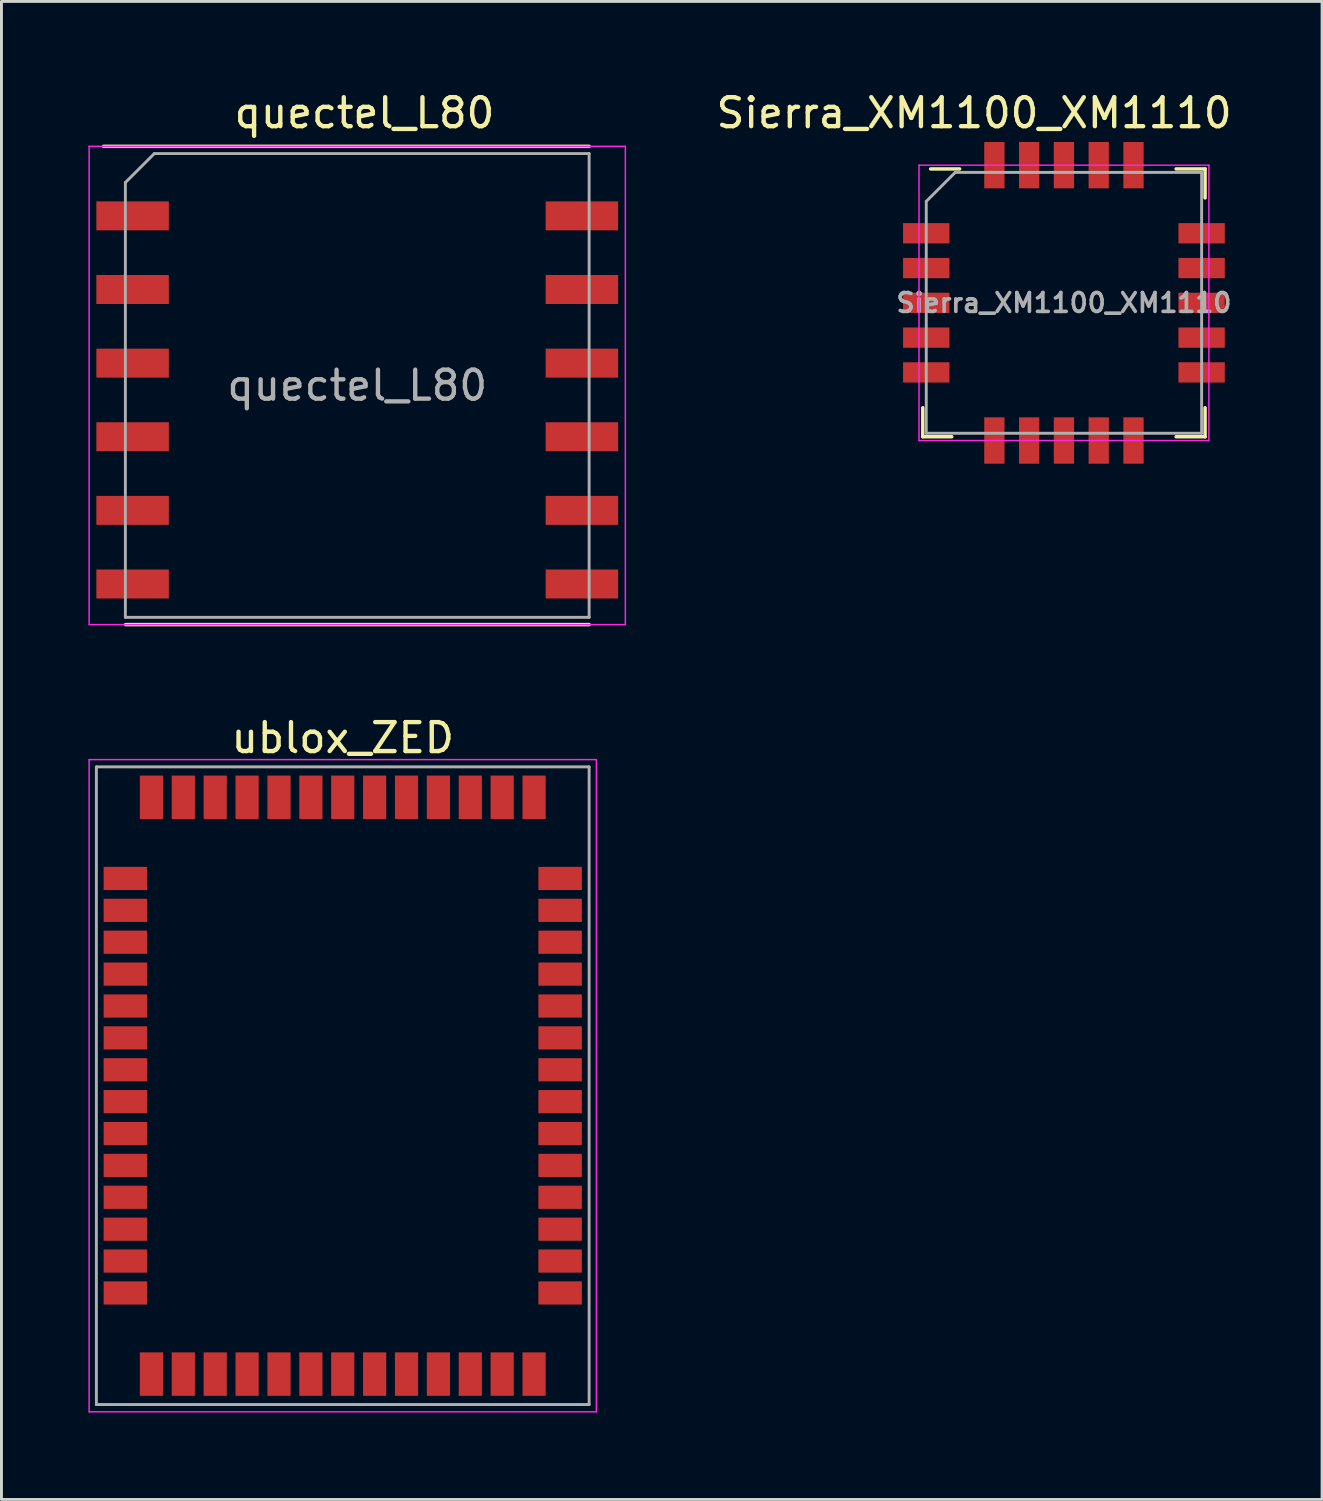
<source format=kicad_pcb>
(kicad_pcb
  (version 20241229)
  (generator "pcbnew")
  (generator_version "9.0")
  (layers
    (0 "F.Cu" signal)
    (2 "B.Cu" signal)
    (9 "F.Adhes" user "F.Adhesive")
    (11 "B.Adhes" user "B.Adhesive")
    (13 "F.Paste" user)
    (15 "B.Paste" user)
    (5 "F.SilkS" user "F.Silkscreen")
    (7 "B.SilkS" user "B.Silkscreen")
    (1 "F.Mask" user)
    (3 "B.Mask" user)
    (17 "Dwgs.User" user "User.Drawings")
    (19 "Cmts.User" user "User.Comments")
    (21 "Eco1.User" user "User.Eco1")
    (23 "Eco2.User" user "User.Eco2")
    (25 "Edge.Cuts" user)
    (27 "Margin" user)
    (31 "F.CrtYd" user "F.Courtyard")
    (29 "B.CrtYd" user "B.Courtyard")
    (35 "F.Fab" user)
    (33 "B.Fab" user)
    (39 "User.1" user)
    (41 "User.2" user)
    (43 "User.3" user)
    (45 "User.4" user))
  (footprint "quectel_L80"
    (layer "F.Cu")
    (at 9.275 10.248)
    (property "Reference" "quectel_L80" (at 0.25 -9.4 180) (layer "F.SilkS") (effects (font (size 1 1) (thickness 0.15))))
    (attr smd)
    (fp_line (start -8.75 -8.25) (end 8 -8.25) (stroke (width 0.12) (type solid)) (layer "F.SilkS"))
    (fp_line (start -7.99 8.25) (end 8 8.25) (stroke (width 0.12) (type solid)) (layer "F.SilkS"))
    (fp_line (start -9.25 -8.25) (end 9.25 -8.25) (stroke (width 0.05) (type solid)) (layer "F.CrtYd"))
    (fp_line (start -9.25 8.25) (end -9.25 -8.25) (stroke (width 0.05) (type solid)) (layer "F.CrtYd"))
    (fp_line (start 9.25 -8.25) (end 9.25 8.25) (stroke (width 0.05) (type solid)) (layer "F.CrtYd"))
    (fp_line (start 9.25 8.25) (end -9.25 8.25) (stroke (width 0.05) (type solid)) (layer "F.CrtYd"))
    (fp_line (start -8 -7) (end -8 8) (stroke (width 0.1) (type solid)) (layer "F.Fab"))
    (fp_line (start -8 8) (end 8 8) (stroke (width 0.1) (type solid)) (layer "F.Fab"))
    (fp_line (start -7 -8) (end -8 -7) (stroke (width 0.1) (type solid)) (layer "F.Fab"))
    (fp_line (start 8 -8) (end -7 -8) (stroke (width 0.1) (type solid)) (layer "F.Fab"))
    (fp_line (start 8 8) (end 8 -8) (stroke (width 0.1) (type solid)) (layer "F.Fab"))
    (fp_text user "${REFERENCE}" (at 0 0 0) (layer "F.Fab") (effects (font (size 1 1) (thickness 0.15))))
    (pad "1" smd rect (at -7.75 -5.85 180) (size 2.5 1) (layers "F.Cu" "F.Mask" "F.Paste"))
    (pad "2" smd rect (at -7.75 -3.31 180) (size 2.5 1) (layers "F.Cu" "F.Mask" "F.Paste"))
    (pad "3" smd rect (at -7.75 -0.77 180) (size 2.5 1) (layers "F.Cu" "F.Mask" "F.Paste"))
    (pad "4" smd rect (at -7.75 1.77 180) (size 2.5 1) (layers "F.Cu" "F.Mask" "F.Paste"))
    (pad "5" smd rect (at -7.75 4.31 180) (size 2.5 1) (layers "F.Cu" "F.Mask" "F.Paste"))
    (pad "6" smd rect (at -7.75 6.85 180) (size 2.5 1) (layers "F.Cu" "F.Mask" "F.Paste"))
    (pad "7" smd rect (at 7.75 6.85 180) (size 2.5 1) (layers "F.Cu" "F.Mask" "F.Paste"))
    (pad "8" smd rect (at 7.75 4.31 180) (size 2.5 1) (layers "F.Cu" "F.Mask" "F.Paste"))
    (pad "9" smd rect (at 7.75 1.77 180) (size 2.5 1) (layers "F.Cu" "F.Mask" "F.Paste"))
    (pad "10" smd rect (at 7.75 -0.77 180) (size 2.5 1) (layers "F.Cu" "F.Mask" "F.Paste"))
    (pad "11" smd rect (at 7.75 -3.31 180) (size 2.5 1) (layers "F.Cu" "F.Mask" "F.Paste"))
    (pad "12" smd rect (at 7.75 -5.85 180) (size 2.5 1) (layers "F.Cu" "F.Mask" "F.Paste")))
  (footprint "Sierra_XM1100_XM1110"
    (layer "F.Cu")
    (at 33.656 7.398)
    (property "Reference" "Sierra_XM1100_XM1110" (at -3.1 -6.55 0) (layer "F.SilkS") (effects (font (size 1 1) (thickness 0.15))))
    (attr smd)
    (fp_line (start -4.87 4.62) (end -4.87 3.62) (stroke (width 0.12) (type solid)) (layer "F.SilkS"))
    (fp_line (start -4.6 -4.62) (end -3.6 -4.62) (stroke (width 0.12) (type solid)) (layer "F.SilkS"))
    (fp_line (start -3.87 4.62) (end -4.87 4.62) (stroke (width 0.12) (type solid)) (layer "F.SilkS"))
    (fp_line (start 3.87 -4.62) (end 4.87 -4.62) (stroke (width 0.12) (type solid)) (layer "F.SilkS"))
    (fp_line (start 3.87 4.62) (end 4.87 4.62) (stroke (width 0.12) (type solid)) (layer "F.SilkS"))
    (fp_line (start 4.87 -4.62) (end 4.87 -3.62) (stroke (width 0.12) (type solid)) (layer "F.SilkS"))
    (fp_line (start 4.87 4.62) (end 4.87 3.62) (stroke (width 0.12) (type solid)) (layer "F.SilkS"))
    (fp_line (start -5 -4.75) (end -5 4.75) (stroke (width 0.05) (type solid)) (layer "F.CrtYd"))
    (fp_line (start -5 4.75) (end 5 4.75) (stroke (width 0.05) (type solid)) (layer "F.CrtYd"))
    (fp_line (start 5 -4.75) (end -5 -4.75) (stroke (width 0.05) (type solid)) (layer "F.CrtYd"))
    (fp_line (start 5 4.75) (end 5 -4.75) (stroke (width 0.05) (type solid)) (layer "F.CrtYd"))
    (fp_line (start -4.75 -3.5) (end -3.75 -4.5) (stroke (width 0.1) (type solid)) (layer "F.Fab"))
    (fp_line (start -4.75 4.5) (end -4.75 -3.5) (stroke (width 0.1) (type solid)) (layer "F.Fab"))
    (fp_line (start -3.75 -4.5) (end 4.75 -4.5) (stroke (width 0.1) (type solid)) (layer "F.Fab"))
    (fp_line (start 4.75 -4.5) (end 4.75 4.5) (stroke (width 0.1) (type solid)) (layer "F.Fab"))
    (fp_line (start 4.75 4.5) (end -4.75 4.5) (stroke (width 0.1) (type solid)) (layer "F.Fab"))
    (fp_text user "${REFERENCE}" (at 0 0 0) (layer "F.Fab") (effects (font (size 0.65 0.65) (thickness 0.125))))
    (pad "1" smd rect (at -4.75 -2.4) (size 1.6 0.7) (layers "F.Cu" "F.Mask" "F.Paste"))
    (pad "2" smd rect (at -4.75 -1.2) (size 1.6 0.7) (layers "F.Cu" "F.Mask" "F.Paste"))
    (pad "3" smd rect (at -4.75 0) (size 1.6 0.7) (layers "F.Cu" "F.Mask" "F.Paste"))
    (pad "4" smd rect (at -4.75 1.2) (size 1.6 0.7) (layers "F.Cu" "F.Mask" "F.Paste"))
    (pad "5" smd rect (at -4.75 2.4) (size 1.6 0.7) (layers "F.Cu" "F.Mask" "F.Paste"))
    (pad "6" smd rect (at -2.4 4.75) (size 0.7 1.6) (layers "F.Cu" "F.Mask" "F.Paste"))
    (pad "7" smd rect (at -1.2 4.75) (size 0.7 1.6) (layers "F.Cu" "F.Mask" "F.Paste"))
    (pad "8" smd rect (at 0 4.75) (size 0.7 1.6) (layers "F.Cu" "F.Mask" "F.Paste"))
    (pad "9" smd rect (at 1.2 4.75) (size 0.7 1.6) (layers "F.Cu" "F.Mask" "F.Paste"))
    (pad "10" smd rect (at 2.4 4.75) (size 0.7 1.6) (layers "F.Cu" "F.Mask" "F.Paste"))
    (pad "11" smd rect (at 4.75 2.4) (size 1.6 0.7) (layers "F.Cu" "F.Mask" "F.Paste"))
    (pad "12" smd rect (at 4.75 1.2) (size 1.6 0.7) (layers "F.Cu" "F.Mask" "F.Paste"))
    (pad "13" smd rect (at 4.75 0) (size 1.6 0.7) (layers "F.Cu" "F.Mask" "F.Paste"))
    (pad "14" smd rect (at 4.75 -1.2) (size 1.6 0.7) (layers "F.Cu" "F.Mask" "F.Paste"))
    (pad "15" smd rect (at 4.75 -2.4) (size 1.6 0.7) (layers "F.Cu" "F.Mask" "F.Paste"))
    (pad "16" smd rect (at 2.4 -4.75) (size 0.7 1.6) (layers "F.Cu" "F.Mask" "F.Paste"))
    (pad "17" smd rect (at 1.2 -4.75) (size 0.7 1.6) (layers "F.Cu" "F.Mask" "F.Paste"))
    (pad "18" smd rect (at 0 -4.75) (size 0.7 1.6) (layers "F.Cu" "F.Mask" "F.Paste"))
    (pad "19" smd rect (at -1.2 -4.75) (size 0.7 1.6) (layers "F.Cu" "F.Mask" "F.Paste"))
    (pad "20" smd rect (at -2.4 -4.75) (size 0.7 1.6) (layers "F.Cu" "F.Mask" "F.Paste")))
  (footprint "ublox_ZED"
    (layer "F.Cu")
    (at 8.775 34.407)
    (property "Reference" "ublox_ZED" (at 0 -12 0) (layer "F.SilkS") (effects (font (size 1 1) (thickness 0.15))))
    (attr smd)
    (fp_line (start -8.75 -11.25) (end -8.75 11.25) (stroke (width 0.05) (type solid)) (layer "F.CrtYd"))
    (fp_line (start -8.75 -11.25) (end 8.75 -11.25) (stroke (width 0.05) (type solid)) (layer "F.CrtYd"))
    (fp_line (start -8.75 11.25) (end 8.75 11.25) (stroke (width 0.05) (type solid)) (layer "F.CrtYd"))
    (fp_line (start 8.75 -11.25) (end 8.75 11.25) (stroke (width 0.05) (type solid)) (layer "F.CrtYd"))
    (fp_line (start -8.5 -11) (end -8.5 11) (stroke (width 0.1) (type solid)) (layer "F.Fab"))
    (fp_line (start -8.5 -11) (end 8.5 -11) (stroke (width 0.1) (type solid)) (layer "F.Fab"))
    (fp_line (start -8.5 11) (end 8.5 11) (stroke (width 0.1) (type solid)) (layer "F.Fab"))
    (fp_line (start 8.5 -11) (end 8.5 11) (stroke (width 0.1) (type solid)) (layer "F.Fab"))
    (pad "1" smd rect (at -7.5 -7.15) (size 1.5 0.8) (layers "F.Cu" "F.Mask" "F.Paste"))
    (pad "2" smd rect (at -7.5 -6.05) (size 1.5 0.8) (layers "F.Cu" "F.Mask" "F.Paste"))
    (pad "3" smd rect (at -7.5 -4.95) (size 1.5 0.8) (layers "F.Cu" "F.Mask" "F.Paste"))
    (pad "4" smd rect (at -7.5 -3.85) (size 1.5 0.8) (layers "F.Cu" "F.Mask" "F.Paste"))
    (pad "5" smd rect (at -7.5 -2.75) (size 1.5 0.8) (layers "F.Cu" "F.Mask" "F.Paste"))
    (pad "6" smd rect (at -7.5 -1.65) (size 1.5 0.8) (layers "F.Cu" "F.Mask" "F.Paste"))
    (pad "7" smd rect (at -7.5 -0.55) (size 1.5 0.8) (layers "F.Cu" "F.Mask" "F.Paste"))
    (pad "8" smd rect (at -7.5 0.55) (size 1.5 0.8) (layers "F.Cu" "F.Mask" "F.Paste"))
    (pad "9" smd rect (at -7.5 1.65) (size 1.5 0.8) (layers "F.Cu" "F.Mask" "F.Paste"))
    (pad "10" smd rect (at -7.5 2.75) (size 1.5 0.8) (layers "F.Cu" "F.Mask" "F.Paste"))
    (pad "11" smd rect (at -7.5 3.85) (size 1.5 0.8) (layers "F.Cu" "F.Mask" "F.Paste"))
    (pad "12" smd rect (at -7.5 4.95) (size 1.5 0.8) (layers "F.Cu" "F.Mask" "F.Paste"))
    (pad "13" smd rect (at -7.5 6.05) (size 1.5 0.8) (layers "F.Cu" "F.Mask" "F.Paste"))
    (pad "14" smd rect (at -7.5 7.15) (size 1.5 0.8) (layers "F.Cu" "F.Mask" "F.Paste"))
    (pad "15" smd rect (at -6.6 9.95 90) (size 1.5 0.8) (layers "F.Cu" "F.Mask" "F.Paste"))
    (pad "16" smd rect (at -5.5 9.95 90) (size 1.5 0.8) (layers "F.Cu" "F.Mask" "F.Paste"))
    (pad "17" smd rect (at -4.4 9.95 90) (size 1.5 0.8) (layers "F.Cu" "F.Mask" "F.Paste"))
    (pad "18" smd rect (at -3.3 9.95 270) (size 1.5 0.8) (layers "F.Cu" "F.Mask" "F.Paste"))
    (pad "19" smd rect (at -2.2 9.95 90) (size 1.5 0.8) (layers "F.Cu" "F.Mask" "F.Paste"))
    (pad "20" smd rect (at -1.1 9.95 90) (size 1.5 0.8) (layers "F.Cu" "F.Mask" "F.Paste"))
    (pad "21" smd rect (at 0 9.95 90) (size 1.5 0.8) (layers "F.Cu" "F.Mask" "F.Paste"))
    (pad "22" smd rect (at 1.1 9.95 90) (size 1.5 0.8) (layers "F.Cu" "F.Mask" "F.Paste"))
    (pad "23" smd rect (at 2.2 9.95 90) (size 1.5 0.8) (layers "F.Cu" "F.Mask" "F.Paste"))
    (pad "24" smd rect (at 3.3 9.95 90) (size 1.5 0.8) (layers "F.Cu" "F.Mask" "F.Paste"))
    (pad "25" smd rect (at 4.4 9.95 90) (size 1.5 0.8) (layers "F.Cu" "F.Mask" "F.Paste"))
    (pad "26" smd rect (at 5.5 9.95 90) (size 1.5 0.8) (layers "F.Cu" "F.Mask" "F.Paste"))
    (pad "27" smd rect (at 6.6 9.95 90) (size 1.5 0.8) (layers "F.Cu" "F.Mask" "F.Paste"))
    (pad "28" smd rect (at 7.5 7.15) (size 1.5 0.8) (layers "F.Cu" "F.Mask" "F.Paste"))
    (pad "29" smd rect (at 7.5 6.05) (size 1.5 0.8) (layers "F.Cu" "F.Mask" "F.Paste"))
    (pad "30" smd rect (at 7.5 4.95) (size 1.5 0.8) (layers "F.Cu" "F.Mask" "F.Paste"))
    (pad "31" smd rect (at 7.5 3.85) (size 1.5 0.8) (layers "F.Cu" "F.Mask" "F.Paste"))
    (pad "32" smd rect (at 7.5 2.75) (size 1.5 0.8) (layers "F.Cu" "F.Mask" "F.Paste"))
    (pad "33" smd rect (at 7.5 1.65) (size 1.5 0.8) (layers "F.Cu" "F.Mask" "F.Paste"))
    (pad "34" smd rect (at 7.5 0.55) (size 1.5 0.8) (layers "F.Cu" "F.Mask" "F.Paste"))
    (pad "35" smd rect (at 7.5 -0.55) (size 1.5 0.8) (layers "F.Cu" "F.Mask" "F.Paste"))
    (pad "36" smd rect (at 7.5 -1.65) (size 1.5 0.8) (layers "F.Cu" "F.Mask" "F.Paste"))
    (pad "37" smd rect (at 7.5 -2.75) (size 1.5 0.8) (layers "F.Cu" "F.Mask" "F.Paste"))
    (pad "38" smd rect (at 7.5 -3.85) (size 1.5 0.8) (layers "F.Cu" "F.Mask" "F.Paste"))
    (pad "39" smd rect (at 7.5 -4.95) (size 1.5 0.8) (layers "F.Cu" "F.Mask" "F.Paste"))
    (pad "40" smd rect (at 7.5 -6.05) (size 1.5 0.8) (layers "F.Cu" "F.Mask" "F.Paste"))
    (pad "41" smd rect (at 7.5 -7.15) (size 1.5 0.8) (layers "F.Cu" "F.Mask" "F.Paste"))
    (pad "42" smd rect (at 6.6 -9.95 90) (size 1.5 0.8) (layers "F.Cu" "F.Mask" "F.Paste"))
    (pad "43" smd rect (at 5.5 -9.95 90) (size 1.5 0.8) (layers "F.Cu" "F.Mask" "F.Paste"))
    (pad "44" smd rect (at 4.4 -9.95 90) (size 1.5 0.8) (layers "F.Cu" "F.Mask" "F.Paste"))
    (pad "45" smd rect (at 3.3 -9.95 90) (size 1.5 0.8) (layers "F.Cu" "F.Mask" "F.Paste"))
    (pad "46" smd rect (at 2.2 -9.95 90) (size 1.5 0.8) (layers "F.Cu" "F.Mask" "F.Paste"))
    (pad "47" smd rect (at 1.1 -9.95 90) (size 1.5 0.8) (layers "F.Cu" "F.Mask" "F.Paste"))
    (pad "48" smd rect (at 0 -9.95 90) (size 1.5 0.8) (layers "F.Cu" "F.Mask" "F.Paste"))
    (pad "49" smd rect (at -1.1 -9.95 90) (size 1.5 0.8) (layers "F.Cu" "F.Mask" "F.Paste"))
    (pad "50" smd rect (at -2.2 -9.95 90) (size 1.5 0.8) (layers "F.Cu" "F.Mask" "F.Paste"))
    (pad "51" smd rect (at -3.3 -9.95 90) (size 1.5 0.8) (layers "F.Cu" "F.Mask" "F.Paste"))
    (pad "52" smd rect (at -4.4 -9.95 90) (size 1.5 0.8) (layers "F.Cu" "F.Mask" "F.Paste"))
    (pad "53" smd rect (at -5.5 -9.95 90) (size 1.5 0.8) (layers "F.Cu" "F.Mask" "F.Paste"))
    (pad "54" smd rect (at -6.6 -9.95 90) (size 1.5 0.8) (layers "F.Cu" "F.Mask" "F.Paste")))
  (gr_rect
    (start -3 -3)
    (end 42.562 48.681)
    (stroke (width 0.1) (type default))
    (fill no)
    (layer "Edge.Cuts")))
</source>
